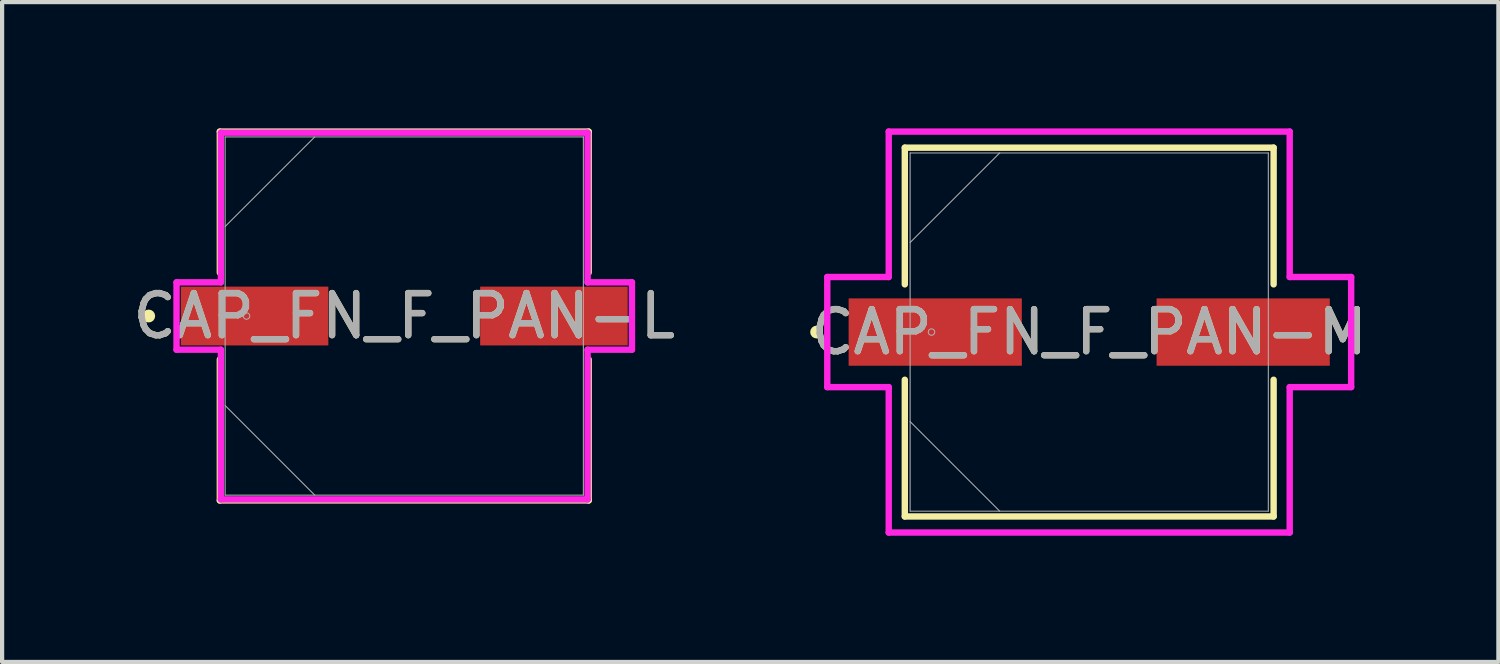
<source format=kicad_pcb>
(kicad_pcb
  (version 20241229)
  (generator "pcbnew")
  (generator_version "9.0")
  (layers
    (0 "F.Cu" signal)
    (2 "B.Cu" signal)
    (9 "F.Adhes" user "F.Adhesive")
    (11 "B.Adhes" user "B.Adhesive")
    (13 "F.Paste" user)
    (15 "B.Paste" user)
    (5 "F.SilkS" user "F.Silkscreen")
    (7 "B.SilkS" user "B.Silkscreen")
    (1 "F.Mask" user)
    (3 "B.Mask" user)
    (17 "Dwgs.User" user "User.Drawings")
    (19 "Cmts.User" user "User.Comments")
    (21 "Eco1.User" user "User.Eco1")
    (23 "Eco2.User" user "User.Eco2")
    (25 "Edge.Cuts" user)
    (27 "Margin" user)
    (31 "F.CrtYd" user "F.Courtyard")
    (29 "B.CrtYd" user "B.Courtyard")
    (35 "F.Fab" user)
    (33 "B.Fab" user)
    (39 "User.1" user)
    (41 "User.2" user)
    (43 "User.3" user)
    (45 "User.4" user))
  (footprint "CAP_FN_F_PAN-L"
    (layer "F.Cu")
    (at 6.554 4.458)
    (property "Reference" "CAP_FN_F_PAN-L" (at 0 0 0) (unlocked yes) (layer "F.SilkS") (effects (font (size 1 1) (thickness 0.15))))
    (attr smd)
    (fp_line (start -4.381 -4.381) (end -4.381 -1.031) (stroke (width 0.152) (type solid)) (layer "F.SilkS"))
    (fp_line (start -4.381 1.031) (end -4.381 4.381) (stroke (width 0.152) (type solid)) (layer "F.SilkS"))
    (fp_line (start -4.381 4.381) (end 4.381 4.381) (stroke (width 0.152) (type solid)) (layer "F.SilkS"))
    (fp_line (start 4.381 -4.381) (end -4.381 -4.381) (stroke (width 0.152) (type solid)) (layer "F.SilkS"))
    (fp_line (start 4.381 -1.031) (end 4.381 -4.381) (stroke (width 0.152) (type solid)) (layer "F.SilkS"))
    (fp_line (start 4.381 4.381) (end 4.381 1.031) (stroke (width 0.152) (type solid)) (layer "F.SilkS"))
    (fp_circle (center -6.071 0) (end -5.994 0) (stroke (width 0.152) (type solid)) (fill no) (layer "F.SilkS"))
    (fp_line (start -5.41 -0.8) (end -4.356 -0.8) (stroke (width 0.152) (type solid)) (layer "F.CrtYd"))
    (fp_line (start -5.41 0.8) (end -5.41 -0.8) (stroke (width 0.152) (type solid)) (layer "F.CrtYd"))
    (fp_line (start -4.356 -4.356) (end 4.356 -4.356) (stroke (width 0.152) (type solid)) (layer "F.CrtYd"))
    (fp_line (start -4.356 -0.8) (end -4.356 -4.356) (stroke (width 0.152) (type solid)) (layer "F.CrtYd"))
    (fp_line (start -4.356 0.8) (end -5.41 0.8) (stroke (width 0.152) (type solid)) (layer "F.CrtYd"))
    (fp_line (start -4.356 4.356) (end -4.356 0.8) (stroke (width 0.152) (type solid)) (layer "F.CrtYd"))
    (fp_line (start 4.356 -4.356) (end 4.356 -0.8) (stroke (width 0.152) (type solid)) (layer "F.CrtYd"))
    (fp_line (start 4.356 -0.8) (end 5.41 -0.8) (stroke (width 0.152) (type solid)) (layer "F.CrtYd"))
    (fp_line (start 4.356 0.8) (end 4.356 4.356) (stroke (width 0.152) (type solid)) (layer "F.CrtYd"))
    (fp_line (start 4.356 4.356) (end -4.356 4.356) (stroke (width 0.152) (type solid)) (layer "F.CrtYd"))
    (fp_line (start 5.41 -0.8) (end 5.41 0.8) (stroke (width 0.152) (type solid)) (layer "F.CrtYd"))
    (fp_line (start 5.41 0.8) (end 4.356 0.8) (stroke (width 0.152) (type solid)) (layer "F.CrtYd"))
    (fp_line (start -4.255 -4.255) (end -4.255 4.255) (stroke (width 0.025) (type solid)) (layer "F.Fab"))
    (fp_line (start -4.255 -2.127) (end -2.127 -4.255) (stroke (width 0.025) (type solid)) (layer "F.Fab"))
    (fp_line (start -4.255 2.127) (end -2.127 4.255) (stroke (width 0.025) (type solid)) (layer "F.Fab"))
    (fp_line (start -4.255 4.255) (end 4.255 4.255) (stroke (width 0.025) (type solid)) (layer "F.Fab"))
    (fp_line (start 4.255 -4.255) (end -4.255 -4.255) (stroke (width 0.025) (type solid)) (layer "F.Fab"))
    (fp_line (start 4.255 4.255) (end 4.255 -4.255) (stroke (width 0.025) (type solid)) (layer "F.Fab"))
    (fp_circle (center -3.747 0) (end -3.67 0) (stroke (width 0.025) (type solid)) (fill no) (layer "F.Fab"))
    (fp_text user "${REFERENCE}" (at 0 0 0) (unlocked yes) (layer "F.Fab") (effects (font (size 1 1) (thickness 0.15))))
    (pad "1" smd rect (at -3.556 0) (size 3.505 1.397) (layers "F.Cu" "F.Mask" "F.Paste"))
    (pad "2" smd rect (at 3.556 0) (size 3.505 1.397) (layers "F.Cu" "F.Mask" "F.Paste"))
    (zone (net_name "") (layer "F.Cu") (hatch full 0.508) (connect_pads) (min_thickness 0.254) (filled_areas_thickness no) (keepout (tracks not_allowed) (vias not_allowed) (pads allowed) (copperpour not_allowed) (footprints allowed)) (placement (enabled no)) (fill) (polygon (pts (xy 2.35 0.254) (xy 10.757 0.254) (xy 10.757 3.708) (xy 2.35 3.708))))
    (zone (net_name "") (layer "F.Cu") (hatch full 0.508) (connect_pads) (min_thickness 0.254) (filled_areas_thickness no) (keepout (tracks not_allowed) (vias not_allowed) (pads allowed) (copperpour not_allowed) (footprints allowed)) (placement (enabled no)) (fill) (polygon (pts (xy 2.35 5.207) (xy 10.757 5.207) (xy 10.757 8.661) (xy 2.35 8.661))))
    (zone (net_name "") (layer "F.Cu") (hatch full 0.508) (connect_pads) (min_thickness 0.254) (filled_areas_thickness no) (keepout (tracks not_allowed) (vias not_allowed) (pads allowed) (copperpour not_allowed) (footprints allowed)) (placement (enabled no)) (fill) (polygon (pts (xy 4.801 3.708) (xy 8.306 3.708) (xy 8.306 5.207) (xy 4.801 5.207)))))
  (footprint "CAP_FN_F_PAN-M"
    (layer "F.Cu")
    (at 22.827 4.839)
    (property "Reference" "CAP_FN_F_PAN-M" (at 0 0 0) (unlocked yes) (layer "F.SilkS") (effects (font (size 1 1) (thickness 0.15))))
    (attr smd)
    (fp_line (start -4.381 -4.381) (end -4.381 -1.133) (stroke (width 0.152) (type solid)) (layer "F.SilkS"))
    (fp_line (start -4.381 1.133) (end -4.381 4.381) (stroke (width 0.152) (type solid)) (layer "F.SilkS"))
    (fp_line (start -4.381 4.381) (end 4.381 4.381) (stroke (width 0.152) (type solid)) (layer "F.SilkS"))
    (fp_line (start 4.381 -4.381) (end -4.381 -4.381) (stroke (width 0.152) (type solid)) (layer "F.SilkS"))
    (fp_line (start 4.381 -1.133) (end 4.381 -4.381) (stroke (width 0.152) (type solid)) (layer "F.SilkS"))
    (fp_line (start 4.381 4.381) (end 4.381 1.133) (stroke (width 0.152) (type solid)) (layer "F.SilkS"))
    (fp_circle (center -6.477 0) (end -6.401 0) (stroke (width 0.152) (type solid)) (fill no) (layer "F.SilkS"))
    (fp_line (start -6.223 -1.308) (end -4.763 -1.308) (stroke (width 0.152) (type solid)) (layer "F.CrtYd"))
    (fp_line (start -6.223 1.308) (end -6.223 -1.308) (stroke (width 0.152) (type solid)) (layer "F.CrtYd"))
    (fp_line (start -4.763 -4.763) (end 4.763 -4.763) (stroke (width 0.152) (type solid)) (layer "F.CrtYd"))
    (fp_line (start -4.763 -1.308) (end -4.763 -4.763) (stroke (width 0.152) (type solid)) (layer "F.CrtYd"))
    (fp_line (start -4.763 1.308) (end -6.223 1.308) (stroke (width 0.152) (type solid)) (layer "F.CrtYd"))
    (fp_line (start -4.763 4.763) (end -4.763 1.308) (stroke (width 0.152) (type solid)) (layer "F.CrtYd"))
    (fp_line (start 4.763 -4.763) (end 4.763 -1.308) (stroke (width 0.152) (type solid)) (layer "F.CrtYd"))
    (fp_line (start 4.763 -1.308) (end 6.223 -1.308) (stroke (width 0.152) (type solid)) (layer "F.CrtYd"))
    (fp_line (start 4.763 1.308) (end 4.763 4.763) (stroke (width 0.152) (type solid)) (layer "F.CrtYd"))
    (fp_line (start 4.763 4.763) (end -4.763 4.763) (stroke (width 0.152) (type solid)) (layer "F.CrtYd"))
    (fp_line (start 6.223 -1.308) (end 6.223 1.308) (stroke (width 0.152) (type solid)) (layer "F.CrtYd"))
    (fp_line (start 6.223 1.308) (end 4.763 1.308) (stroke (width 0.152) (type solid)) (layer "F.CrtYd"))
    (fp_line (start -4.255 -4.255) (end -4.255 4.255) (stroke (width 0.025) (type solid)) (layer "F.Fab"))
    (fp_line (start -4.255 -2.127) (end -2.127 -4.255) (stroke (width 0.025) (type solid)) (layer "F.Fab"))
    (fp_line (start -4.255 2.127) (end -2.127 4.255) (stroke (width 0.025) (type solid)) (layer "F.Fab"))
    (fp_line (start -4.255 4.255) (end 4.255 4.255) (stroke (width 0.025) (type solid)) (layer "F.Fab"))
    (fp_line (start 4.255 -4.255) (end -4.255 -4.255) (stroke (width 0.025) (type solid)) (layer "F.Fab"))
    (fp_line (start 4.255 4.255) (end 4.255 -4.255) (stroke (width 0.025) (type solid)) (layer "F.Fab"))
    (fp_circle (center -3.747 0) (end -3.67 0) (stroke (width 0.025) (type solid)) (fill no) (layer "F.Fab"))
    (fp_text user "${REFERENCE}" (at 0 0 0) (unlocked yes) (layer "F.Fab") (effects (font (size 1 1) (thickness 0.15))))
    (pad "1" smd rect (at -3.658 0) (size 4.115 1.6) (layers "F.Cu" "F.Mask" "F.Paste"))
    (pad "2" smd rect (at 3.658 0) (size 4.115 1.6) (layers "F.Cu" "F.Mask" "F.Paste"))
    (zone (net_name "") (layer "F.Cu") (hatch full 0.508) (connect_pads) (min_thickness 0.254) (filled_areas_thickness no) (keepout (tracks not_allowed) (vias not_allowed) (pads allowed) (copperpour not_allowed) (footprints allowed)) (placement (enabled no)) (fill) (polygon (pts (xy 18.624 0.635) (xy 27.031 0.635) (xy 27.031 3.988) (xy 18.624 3.988))))
    (zone (net_name "") (layer "F.Cu") (hatch full 0.508) (connect_pads) (min_thickness 0.254) (filled_areas_thickness no) (keepout (tracks not_allowed) (vias not_allowed) (pads allowed) (copperpour not_allowed) (footprints allowed)) (placement (enabled no)) (fill) (polygon (pts (xy 18.624 5.69) (xy 27.031 5.69) (xy 27.031 9.042) (xy 18.624 9.042))))
    (zone (net_name "") (layer "F.Cu") (hatch full 0.508) (connect_pads) (min_thickness 0.254) (filled_areas_thickness no) (keepout (tracks not_allowed) (vias not_allowed) (pads allowed) (copperpour not_allowed) (footprints allowed)) (placement (enabled no)) (fill) (polygon (pts (xy 21.278 3.988) (xy 24.377 3.988) (xy 24.377 5.69) (xy 21.278 5.69)))))
  (gr_rect
    (start -3 -3)
    (end 32.548 12.677)
    (stroke (width 0.1) (type default))
    (fill no)
    (layer "Edge.Cuts")))
</source>
